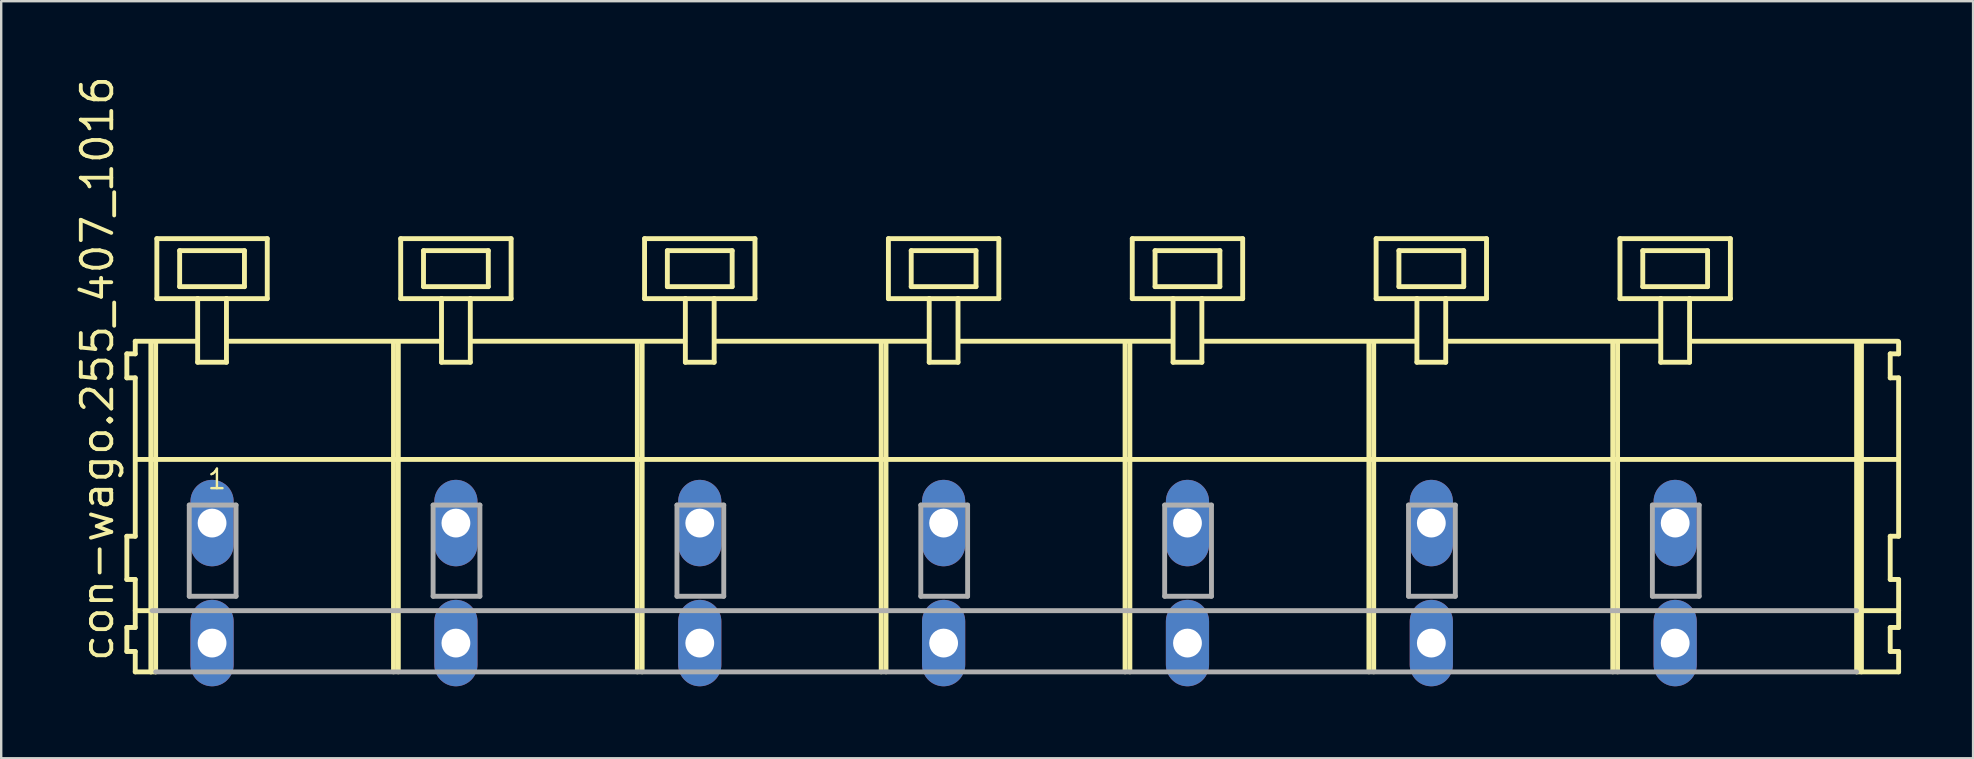
<source format=kicad_pcb>
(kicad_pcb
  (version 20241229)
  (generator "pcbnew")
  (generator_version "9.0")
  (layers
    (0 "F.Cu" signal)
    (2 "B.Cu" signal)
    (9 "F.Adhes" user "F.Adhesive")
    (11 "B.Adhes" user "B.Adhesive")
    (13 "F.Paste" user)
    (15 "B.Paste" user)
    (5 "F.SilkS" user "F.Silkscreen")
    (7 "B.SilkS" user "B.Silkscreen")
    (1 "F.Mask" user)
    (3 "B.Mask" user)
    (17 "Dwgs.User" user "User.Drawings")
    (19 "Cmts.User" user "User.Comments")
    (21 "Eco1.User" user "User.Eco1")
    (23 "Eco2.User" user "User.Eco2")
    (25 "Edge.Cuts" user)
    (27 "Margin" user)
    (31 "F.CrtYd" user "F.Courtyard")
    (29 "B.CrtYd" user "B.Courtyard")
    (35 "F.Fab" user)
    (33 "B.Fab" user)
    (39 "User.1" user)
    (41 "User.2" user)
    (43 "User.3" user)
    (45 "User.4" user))
  (footprint "con-wago.255_407_1016"
    (layer "F.Cu")
    (at 33.725 18.743)
    (property "Reference" "con-wago.255_407_1016" (at -31.975 5.855 90) (layer "F.SilkS") (effects (font (size 1.27 1.27) (thickness 0.16)) (justify left bottom)))
    (attr through_hole)
    (fp_line (start -31.49 -7.05) (end -31.49 -6.05) (stroke (width 0.203) (type default)) (layer "F.SilkS"))
    (fp_line (start -31.49 -6.05) (end -31.14 -6.05) (stroke (width 0.203) (type default)) (layer "F.SilkS"))
    (fp_line (start -31.49 0.55) (end -31.49 2.35) (stroke (width 0.203) (type default)) (layer "F.SilkS"))
    (fp_line (start -31.49 2.35) (end -31.14 2.35) (stroke (width 0.203) (type default)) (layer "F.SilkS"))
    (fp_line (start -31.49 4.35) (end -31.49 5.35) (stroke (width 0.203) (type default)) (layer "F.SilkS"))
    (fp_line (start -31.49 5.35) (end -31.14 5.35) (stroke (width 0.203) (type default)) (layer "F.SilkS"))
    (fp_line (start -31.14 -7.575) (end -31.14 -7.05) (stroke (width 0.203) (type default)) (layer "F.SilkS"))
    (fp_line (start -31.14 -7.575) (end -28.565 -7.575) (stroke (width 0.203) (type default)) (layer "F.SilkS"))
    (fp_line (start -31.14 -7.05) (end -31.49 -7.05) (stroke (width 0.203) (type default)) (layer "F.SilkS"))
    (fp_line (start -31.14 -6.05) (end -31.14 0.55) (stroke (width 0.203) (type default)) (layer "F.SilkS"))
    (fp_line (start -31.14 0.55) (end -31.49 0.55) (stroke (width 0.203) (type default)) (layer "F.SilkS"))
    (fp_line (start -31.14 2.35) (end -31.14 4.35) (stroke (width 0.203) (type default)) (layer "F.SilkS"))
    (fp_line (start -31.14 3.65) (end -30.44 3.65) (stroke (width 0.203) (type default)) (layer "F.SilkS"))
    (fp_line (start -31.14 4.35) (end -31.49 4.35) (stroke (width 0.203) (type default)) (layer "F.SilkS"))
    (fp_line (start -31.14 5.35) (end -31.14 6.2) (stroke (width 0.203) (type default)) (layer "F.SilkS"))
    (fp_line (start -31.14 6.2) (end -30.49 6.2) (stroke (width 0.203) (type default)) (layer "F.SilkS"))
    (fp_line (start -31.09 -2.65) (end 42.28 -2.65) (stroke (width 0.203) (type default)) (layer "F.SilkS"))
    (fp_line (start -30.49 -7.55) (end -30.49 6.2) (stroke (width 0.203) (type default)) (layer "F.SilkS"))
    (fp_line (start -30.49 6.2) (end -30.29 6.2) (stroke (width 0.203) (type default)) (layer "F.SilkS"))
    (fp_line (start -30.29 -7.55) (end -30.29 6.2) (stroke (width 0.203) (type default)) (layer "F.SilkS"))
    (fp_line (start -30.24 -11.85) (end -30.24 -9.35) (stroke (width 0.203) (type default)) (layer "F.SilkS"))
    (fp_line (start -30.24 -9.35) (end -28.54 -9.35) (stroke (width 0.203) (type default)) (layer "F.SilkS"))
    (fp_line (start -29.29 -11.35) (end -29.29 -9.85) (stroke (width 0.203) (type default)) (layer "F.SilkS"))
    (fp_line (start -29.29 -9.85) (end -26.59 -9.85) (stroke (width 0.203) (type default)) (layer "F.SilkS"))
    (fp_line (start -28.54 -9.35) (end -28.54 -6.7) (stroke (width 0.203) (type default)) (layer "F.SilkS"))
    (fp_line (start -28.54 -9.35) (end -27.34 -9.35) (stroke (width 0.203) (type default)) (layer "F.SilkS"))
    (fp_line (start -28.54 -6.7) (end -27.34 -6.7) (stroke (width 0.203) (type default)) (layer "F.SilkS"))
    (fp_line (start -27.34 -9.35) (end -25.64 -9.35) (stroke (width 0.203) (type default)) (layer "F.SilkS"))
    (fp_line (start -27.34 -6.7) (end -27.34 -9.35) (stroke (width 0.203) (type default)) (layer "F.SilkS"))
    (fp_line (start -27.315 -7.575) (end -18.401 -7.575) (stroke (width 0.203) (type default)) (layer "F.SilkS"))
    (fp_line (start -26.59 -11.35) (end -29.29 -11.35) (stroke (width 0.203) (type default)) (layer "F.SilkS"))
    (fp_line (start -26.59 -9.85) (end -26.59 -11.35) (stroke (width 0.203) (type default)) (layer "F.SilkS"))
    (fp_line (start -25.64 -11.85) (end -30.24 -11.85) (stroke (width 0.203) (type default)) (layer "F.SilkS"))
    (fp_line (start -25.64 -9.35) (end -25.64 -11.85) (stroke (width 0.203) (type default)) (layer "F.SilkS"))
    (fp_line (start -20.38 -7.55) (end -20.38 6.2) (stroke (width 0.203) (type default)) (layer "F.SilkS"))
    (fp_line (start -20.18 -7.55) (end -20.18 6.2) (stroke (width 0.203) (type default)) (layer "F.SilkS"))
    (fp_line (start -20.08 -11.85) (end -20.08 -9.35) (stroke (width 0.203) (type default)) (layer "F.SilkS"))
    (fp_line (start -20.08 -9.35) (end -18.38 -9.35) (stroke (width 0.203) (type default)) (layer "F.SilkS"))
    (fp_line (start -19.13 -11.35) (end -19.13 -9.85) (stroke (width 0.203) (type default)) (layer "F.SilkS"))
    (fp_line (start -19.13 -9.85) (end -16.43 -9.85) (stroke (width 0.203) (type default)) (layer "F.SilkS"))
    (fp_line (start -18.38 -9.35) (end -18.38 -6.7) (stroke (width 0.203) (type default)) (layer "F.SilkS"))
    (fp_line (start -18.38 -9.35) (end -17.18 -9.35) (stroke (width 0.203) (type default)) (layer "F.SilkS"))
    (fp_line (start -18.38 -6.7) (end -17.18 -6.7) (stroke (width 0.203) (type default)) (layer "F.SilkS"))
    (fp_line (start -17.18 -9.35) (end -15.48 -9.35) (stroke (width 0.203) (type default)) (layer "F.SilkS"))
    (fp_line (start -17.18 -6.7) (end -17.18 -9.35) (stroke (width 0.203) (type default)) (layer "F.SilkS"))
    (fp_line (start -17.155 -7.575) (end -8.241 -7.575) (stroke (width 0.203) (type default)) (layer "F.SilkS"))
    (fp_line (start -16.43 -11.35) (end -19.13 -11.35) (stroke (width 0.203) (type default)) (layer "F.SilkS"))
    (fp_line (start -16.43 -9.85) (end -16.43 -11.35) (stroke (width 0.203) (type default)) (layer "F.SilkS"))
    (fp_line (start -15.48 -11.85) (end -20.08 -11.85) (stroke (width 0.203) (type default)) (layer "F.SilkS"))
    (fp_line (start -15.48 -9.35) (end -15.48 -11.85) (stroke (width 0.203) (type default)) (layer "F.SilkS"))
    (fp_line (start -10.22 -7.55) (end -10.22 6.2) (stroke (width 0.203) (type default)) (layer "F.SilkS"))
    (fp_line (start -10.02 -7.55) (end -10.02 6.2) (stroke (width 0.203) (type default)) (layer "F.SilkS"))
    (fp_line (start -9.92 -11.85) (end -9.92 -9.35) (stroke (width 0.203) (type default)) (layer "F.SilkS"))
    (fp_line (start -9.92 -9.35) (end -8.22 -9.35) (stroke (width 0.203) (type default)) (layer "F.SilkS"))
    (fp_line (start -8.97 -11.35) (end -8.97 -9.85) (stroke (width 0.203) (type default)) (layer "F.SilkS"))
    (fp_line (start -8.97 -9.85) (end -6.27 -9.85) (stroke (width 0.203) (type default)) (layer "F.SilkS"))
    (fp_line (start -8.22 -9.35) (end -8.22 -6.7) (stroke (width 0.203) (type default)) (layer "F.SilkS"))
    (fp_line (start -8.22 -9.35) (end -7.02 -9.35) (stroke (width 0.203) (type default)) (layer "F.SilkS"))
    (fp_line (start -8.22 -6.7) (end -7.02 -6.7) (stroke (width 0.203) (type default)) (layer "F.SilkS"))
    (fp_line (start -7.02 -9.35) (end -5.32 -9.35) (stroke (width 0.203) (type default)) (layer "F.SilkS"))
    (fp_line (start -7.02 -6.7) (end -7.02 -9.35) (stroke (width 0.203) (type default)) (layer "F.SilkS"))
    (fp_line (start -6.995 -7.575) (end 1.919 -7.575) (stroke (width 0.203) (type default)) (layer "F.SilkS"))
    (fp_line (start -6.27 -11.35) (end -8.97 -11.35) (stroke (width 0.203) (type default)) (layer "F.SilkS"))
    (fp_line (start -6.27 -9.85) (end -6.27 -11.35) (stroke (width 0.203) (type default)) (layer "F.SilkS"))
    (fp_line (start -5.32 -11.85) (end -9.92 -11.85) (stroke (width 0.203) (type default)) (layer "F.SilkS"))
    (fp_line (start -5.32 -9.35) (end -5.32 -11.85) (stroke (width 0.203) (type default)) (layer "F.SilkS"))
    (fp_line (start -0.06 -7.55) (end -0.06 6.2) (stroke (width 0.203) (type default)) (layer "F.SilkS"))
    (fp_line (start 0.14 -7.55) (end 0.14 6.2) (stroke (width 0.203) (type default)) (layer "F.SilkS"))
    (fp_line (start 0.24 -11.85) (end 0.24 -9.35) (stroke (width 0.203) (type default)) (layer "F.SilkS"))
    (fp_line (start 0.24 -9.35) (end 1.94 -9.35) (stroke (width 0.203) (type default)) (layer "F.SilkS"))
    (fp_line (start 1.19 -11.35) (end 1.19 -9.85) (stroke (width 0.203) (type default)) (layer "F.SilkS"))
    (fp_line (start 1.19 -9.85) (end 3.89 -9.85) (stroke (width 0.203) (type default)) (layer "F.SilkS"))
    (fp_line (start 1.94 -9.35) (end 1.94 -6.7) (stroke (width 0.203) (type default)) (layer "F.SilkS"))
    (fp_line (start 1.94 -9.35) (end 3.14 -9.35) (stroke (width 0.203) (type default)) (layer "F.SilkS"))
    (fp_line (start 1.94 -6.7) (end 3.14 -6.7) (stroke (width 0.203) (type default)) (layer "F.SilkS"))
    (fp_line (start 3.14 -9.35) (end 4.84 -9.35) (stroke (width 0.203) (type default)) (layer "F.SilkS"))
    (fp_line (start 3.14 -6.7) (end 3.14 -9.35) (stroke (width 0.203) (type default)) (layer "F.SilkS"))
    (fp_line (start 3.165 -7.575) (end 12.079 -7.575) (stroke (width 0.203) (type default)) (layer "F.SilkS"))
    (fp_line (start 3.89 -11.35) (end 1.19 -11.35) (stroke (width 0.203) (type default)) (layer "F.SilkS"))
    (fp_line (start 3.89 -9.85) (end 3.89 -11.35) (stroke (width 0.203) (type default)) (layer "F.SilkS"))
    (fp_line (start 4.84 -11.85) (end 0.24 -11.85) (stroke (width 0.203) (type default)) (layer "F.SilkS"))
    (fp_line (start 4.84 -9.35) (end 4.84 -11.85) (stroke (width 0.203) (type default)) (layer "F.SilkS"))
    (fp_line (start 10.1 -7.55) (end 10.1 6.2) (stroke (width 0.203) (type default)) (layer "F.SilkS"))
    (fp_line (start 10.3 -7.55) (end 10.3 6.2) (stroke (width 0.203) (type default)) (layer "F.SilkS"))
    (fp_line (start 10.4 -11.85) (end 10.4 -9.35) (stroke (width 0.203) (type default)) (layer "F.SilkS"))
    (fp_line (start 10.4 -9.35) (end 12.1 -9.35) (stroke (width 0.203) (type default)) (layer "F.SilkS"))
    (fp_line (start 11.35 -11.35) (end 11.35 -9.85) (stroke (width 0.203) (type default)) (layer "F.SilkS"))
    (fp_line (start 11.35 -9.85) (end 14.05 -9.85) (stroke (width 0.203) (type default)) (layer "F.SilkS"))
    (fp_line (start 12.1 -9.35) (end 12.1 -6.7) (stroke (width 0.203) (type default)) (layer "F.SilkS"))
    (fp_line (start 12.1 -9.35) (end 13.3 -9.35) (stroke (width 0.203) (type default)) (layer "F.SilkS"))
    (fp_line (start 12.1 -6.7) (end 13.3 -6.7) (stroke (width 0.203) (type default)) (layer "F.SilkS"))
    (fp_line (start 13.3 -9.35) (end 15 -9.35) (stroke (width 0.203) (type default)) (layer "F.SilkS"))
    (fp_line (start 13.3 -6.7) (end 13.3 -9.35) (stroke (width 0.203) (type default)) (layer "F.SilkS"))
    (fp_line (start 13.325 -7.575) (end 22.239 -7.575) (stroke (width 0.203) (type default)) (layer "F.SilkS"))
    (fp_line (start 14.05 -11.35) (end 11.35 -11.35) (stroke (width 0.203) (type default)) (layer "F.SilkS"))
    (fp_line (start 14.05 -9.85) (end 14.05 -11.35) (stroke (width 0.203) (type default)) (layer "F.SilkS"))
    (fp_line (start 15 -11.85) (end 10.4 -11.85) (stroke (width 0.203) (type default)) (layer "F.SilkS"))
    (fp_line (start 15 -9.35) (end 15 -11.85) (stroke (width 0.203) (type default)) (layer "F.SilkS"))
    (fp_line (start 20.26 -7.55) (end 20.26 6.2) (stroke (width 0.203) (type default)) (layer "F.SilkS"))
    (fp_line (start 20.46 -7.55) (end 20.46 6.2) (stroke (width 0.203) (type default)) (layer "F.SilkS"))
    (fp_line (start 20.56 -11.85) (end 20.56 -9.35) (stroke (width 0.203) (type default)) (layer "F.SilkS"))
    (fp_line (start 20.56 -9.35) (end 22.26 -9.35) (stroke (width 0.203) (type default)) (layer "F.SilkS"))
    (fp_line (start 21.51 -11.35) (end 21.51 -9.85) (stroke (width 0.203) (type default)) (layer "F.SilkS"))
    (fp_line (start 21.51 -9.85) (end 24.21 -9.85) (stroke (width 0.203) (type default)) (layer "F.SilkS"))
    (fp_line (start 22.26 -9.35) (end 22.26 -6.7) (stroke (width 0.203) (type default)) (layer "F.SilkS"))
    (fp_line (start 22.26 -9.35) (end 23.46 -9.35) (stroke (width 0.203) (type default)) (layer "F.SilkS"))
    (fp_line (start 22.26 -6.7) (end 23.46 -6.7) (stroke (width 0.203) (type default)) (layer "F.SilkS"))
    (fp_line (start 23.46 -9.35) (end 25.16 -9.35) (stroke (width 0.203) (type default)) (layer "F.SilkS"))
    (fp_line (start 23.46 -6.7) (end 23.46 -9.35) (stroke (width 0.203) (type default)) (layer "F.SilkS"))
    (fp_line (start 23.485 -7.575) (end 32.399 -7.575) (stroke (width 0.203) (type default)) (layer "F.SilkS"))
    (fp_line (start 24.21 -11.35) (end 21.51 -11.35) (stroke (width 0.203) (type default)) (layer "F.SilkS"))
    (fp_line (start 24.21 -9.85) (end 24.21 -11.35) (stroke (width 0.203) (type default)) (layer "F.SilkS"))
    (fp_line (start 25.16 -11.85) (end 20.56 -11.85) (stroke (width 0.203) (type default)) (layer "F.SilkS"))
    (fp_line (start 25.16 -9.35) (end 25.16 -11.85) (stroke (width 0.203) (type default)) (layer "F.SilkS"))
    (fp_line (start 30.42 -7.55) (end 30.42 6.2) (stroke (width 0.203) (type default)) (layer "F.SilkS"))
    (fp_line (start 30.62 -7.55) (end 30.62 6.2) (stroke (width 0.203) (type default)) (layer "F.SilkS"))
    (fp_line (start 30.72 -11.85) (end 30.72 -9.35) (stroke (width 0.203) (type default)) (layer "F.SilkS"))
    (fp_line (start 30.72 -9.35) (end 32.42 -9.35) (stroke (width 0.203) (type default)) (layer "F.SilkS"))
    (fp_line (start 31.67 -11.35) (end 31.67 -9.85) (stroke (width 0.203) (type default)) (layer "F.SilkS"))
    (fp_line (start 31.67 -9.85) (end 34.37 -9.85) (stroke (width 0.203) (type default)) (layer "F.SilkS"))
    (fp_line (start 32.42 -9.35) (end 32.42 -6.7) (stroke (width 0.203) (type default)) (layer "F.SilkS"))
    (fp_line (start 32.42 -9.35) (end 33.62 -9.35) (stroke (width 0.203) (type default)) (layer "F.SilkS"))
    (fp_line (start 32.42 -6.7) (end 33.62 -6.7) (stroke (width 0.203) (type default)) (layer "F.SilkS"))
    (fp_line (start 33.62 -9.35) (end 35.32 -9.35) (stroke (width 0.203) (type default)) (layer "F.SilkS"))
    (fp_line (start 33.62 -6.7) (end 33.62 -9.35) (stroke (width 0.203) (type default)) (layer "F.SilkS"))
    (fp_line (start 33.645 -7.575) (end 42.305 -7.575) (stroke (width 0.203) (type default)) (layer "F.SilkS"))
    (fp_line (start 34.37 -11.35) (end 31.67 -11.35) (stroke (width 0.203) (type default)) (layer "F.SilkS"))
    (fp_line (start 34.37 -9.85) (end 34.37 -11.35) (stroke (width 0.203) (type default)) (layer "F.SilkS"))
    (fp_line (start 35.32 -11.85) (end 30.72 -11.85) (stroke (width 0.203) (type default)) (layer "F.SilkS"))
    (fp_line (start 35.32 -9.35) (end 35.32 -11.85) (stroke (width 0.203) (type default)) (layer "F.SilkS"))
    (fp_line (start 40.58 -7.55) (end 40.58 6.2) (stroke (width 0.203) (type default)) (layer "F.SilkS"))
    (fp_line (start 40.58 6.2) (end 42.33 6.2) (stroke (width 0.203) (type default)) (layer "F.SilkS"))
    (fp_line (start 40.63 3.65) (end 42.33 3.65) (stroke (width 0.203) (type default)) (layer "F.SilkS"))
    (fp_line (start 40.78 -7.55) (end 40.78 6.2) (stroke (width 0.203) (type default)) (layer "F.SilkS"))
    (fp_line (start 41.98 -7.05) (end 41.98 -6.05) (stroke (width 0.203) (type default)) (layer "F.SilkS"))
    (fp_line (start 41.98 -6.05) (end 42.33 -6.05) (stroke (width 0.203) (type default)) (layer "F.SilkS"))
    (fp_line (start 41.98 0.55) (end 41.98 2.35) (stroke (width 0.203) (type default)) (layer "F.SilkS"))
    (fp_line (start 41.98 2.35) (end 42.33 2.35) (stroke (width 0.203) (type default)) (layer "F.SilkS"))
    (fp_line (start 41.98 4.35) (end 41.98 5.35) (stroke (width 0.203) (type default)) (layer "F.SilkS"))
    (fp_line (start 41.98 5.35) (end 42.33 5.35) (stroke (width 0.203) (type default)) (layer "F.SilkS"))
    (fp_line (start 42.33 -7.05) (end 41.98 -7.05) (stroke (width 0.203) (type default)) (layer "F.SilkS"))
    (fp_line (start 42.33 -7.05) (end 42.33 -7.55) (stroke (width 0.203) (type default)) (layer "F.SilkS"))
    (fp_line (start 42.33 0.55) (end 41.98 0.55) (stroke (width 0.203) (type default)) (layer "F.SilkS"))
    (fp_line (start 42.33 0.55) (end 42.33 -6.05) (stroke (width 0.203) (type default)) (layer "F.SilkS"))
    (fp_line (start 42.33 3.65) (end 42.33 2.35) (stroke (width 0.203) (type default)) (layer "F.SilkS"))
    (fp_line (start 42.33 4.35) (end 41.98 4.35) (stroke (width 0.203) (type default)) (layer "F.SilkS"))
    (fp_line (start 42.33 4.35) (end 42.33 3.65) (stroke (width 0.203) (type default)) (layer "F.SilkS"))
    (fp_line (start 42.33 6.2) (end 42.33 5.35) (stroke (width 0.203) (type default)) (layer "F.SilkS"))
    (fp_line (start -30.44 3.65) (end 40.58 3.65) (stroke (width 0.203) (type default)) (layer "F.Fab"))
    (fp_line (start -30.29 6.2) (end 40.58 6.2) (stroke (width 0.203) (type default)) (layer "F.Fab"))
    (fp_line (start -28.89 -0.75) (end -28.89 3.05) (stroke (width 0.203) (type default)) (layer "F.Fab"))
    (fp_line (start -28.89 3.05) (end -26.94 3.05) (stroke (width 0.203) (type default)) (layer "F.Fab"))
    (fp_line (start -26.94 -0.75) (end -28.89 -0.75) (stroke (width 0.203) (type default)) (layer "F.Fab"))
    (fp_line (start -26.94 3.05) (end -26.94 -0.75) (stroke (width 0.203) (type default)) (layer "F.Fab"))
    (fp_line (start -18.73 -0.75) (end -18.73 3.05) (stroke (width 0.203) (type default)) (layer "F.Fab"))
    (fp_line (start -18.73 3.05) (end -16.78 3.05) (stroke (width 0.203) (type default)) (layer "F.Fab"))
    (fp_line (start -16.78 -0.75) (end -18.73 -0.75) (stroke (width 0.203) (type default)) (layer "F.Fab"))
    (fp_line (start -16.78 3.05) (end -16.78 -0.75) (stroke (width 0.203) (type default)) (layer "F.Fab"))
    (fp_line (start -8.57 -0.75) (end -8.57 3.05) (stroke (width 0.203) (type default)) (layer "F.Fab"))
    (fp_line (start -8.57 3.05) (end -6.62 3.05) (stroke (width 0.203) (type default)) (layer "F.Fab"))
    (fp_line (start -6.62 -0.75) (end -8.57 -0.75) (stroke (width 0.203) (type default)) (layer "F.Fab"))
    (fp_line (start -6.62 3.05) (end -6.62 -0.75) (stroke (width 0.203) (type default)) (layer "F.Fab"))
    (fp_line (start 1.59 -0.75) (end 1.59 3.05) (stroke (width 0.203) (type default)) (layer "F.Fab"))
    (fp_line (start 1.59 3.05) (end 3.54 3.05) (stroke (width 0.203) (type default)) (layer "F.Fab"))
    (fp_line (start 3.54 -0.75) (end 1.59 -0.75) (stroke (width 0.203) (type default)) (layer "F.Fab"))
    (fp_line (start 3.54 3.05) (end 3.54 -0.75) (stroke (width 0.203) (type default)) (layer "F.Fab"))
    (fp_line (start 11.75 -0.75) (end 11.75 3.05) (stroke (width 0.203) (type default)) (layer "F.Fab"))
    (fp_line (start 11.75 3.05) (end 13.7 3.05) (stroke (width 0.203) (type default)) (layer "F.Fab"))
    (fp_line (start 13.7 -0.75) (end 11.75 -0.75) (stroke (width 0.203) (type default)) (layer "F.Fab"))
    (fp_line (start 13.7 3.05) (end 13.7 -0.75) (stroke (width 0.203) (type default)) (layer "F.Fab"))
    (fp_line (start 21.91 -0.75) (end 21.91 3.05) (stroke (width 0.203) (type default)) (layer "F.Fab"))
    (fp_line (start 21.91 3.05) (end 23.86 3.05) (stroke (width 0.203) (type default)) (layer "F.Fab"))
    (fp_line (start 23.86 -0.75) (end 21.91 -0.75) (stroke (width 0.203) (type default)) (layer "F.Fab"))
    (fp_line (start 23.86 3.05) (end 23.86 -0.75) (stroke (width 0.203) (type default)) (layer "F.Fab"))
    (fp_line (start 32.07 -0.75) (end 32.07 3.05) (stroke (width 0.203) (type default)) (layer "F.Fab"))
    (fp_line (start 32.07 3.05) (end 34.02 3.05) (stroke (width 0.203) (type default)) (layer "F.Fab"))
    (fp_line (start 34.02 -0.75) (end 32.07 -0.75) (stroke (width 0.203) (type default)) (layer "F.Fab"))
    (fp_line (start 34.02 3.05) (end 34.02 -0.75) (stroke (width 0.203) (type default)) (layer "F.Fab"))
    (fp_text user "1" (at -28.19 -1.35 0) (layer "F.SilkS") (effects (font (size 0.813 0.813) (thickness 0.1)) (justify left bottom)))
    (pad "A1" thru_hole oval (at -27.94 0 90) (size 3.6 1.8) (drill 1.2) (layers "*.Cu" "*.Mask"))
    (pad "A2" thru_hole oval (at -17.78 0 90) (size 3.6 1.8) (drill 1.2) (layers "*.Cu" "*.Mask"))
    (pad "A3" thru_hole oval (at -7.62 0 90) (size 3.6 1.8) (drill 1.2) (layers "*.Cu" "*.Mask"))
    (pad "A4" thru_hole oval (at 2.54 0 90) (size 3.6 1.8) (drill 1.2) (layers "*.Cu" "*.Mask"))
    (pad "A5" thru_hole oval (at 12.7 0 90) (size 3.6 1.8) (drill 1.2) (layers "*.Cu" "*.Mask"))
    (pad "A6" thru_hole oval (at 22.86 0 90) (size 3.6 1.8) (drill 1.2) (layers "*.Cu" "*.Mask"))
    (pad "A7" thru_hole oval (at 33.02 0 90) (size 3.6 1.8) (drill 1.2) (layers "*.Cu" "*.Mask"))
    (pad "B1" thru_hole oval (at -27.94 5 90) (size 3.6 1.8) (drill 1.2) (layers "*.Cu" "*.Mask"))
    (pad "B2" thru_hole oval (at -17.78 5 90) (size 3.6 1.8) (drill 1.2) (layers "*.Cu" "*.Mask"))
    (pad "B3" thru_hole oval (at -7.62 5 90) (size 3.6 1.8) (drill 1.2) (layers "*.Cu" "*.Mask"))
    (pad "B4" thru_hole oval (at 2.54 5 90) (size 3.6 1.8) (drill 1.2) (layers "*.Cu" "*.Mask"))
    (pad "B5" thru_hole oval (at 12.7 5 90) (size 3.6 1.8) (drill 1.2) (layers "*.Cu" "*.Mask"))
    (pad "B6" thru_hole oval (at 22.86 5 90) (size 3.6 1.8) (drill 1.2) (layers "*.Cu" "*.Mask"))
    (pad "B7" thru_hole oval (at 33.02 5 90) (size 3.6 1.8) (drill 1.2) (layers "*.Cu" "*.Mask")))
  (gr_rect
    (start -3 -3)
    (end 79.157 28.543)
    (stroke (width 0.1) (type default))
    (fill no)
    (layer "Edge.Cuts")))
</source>
